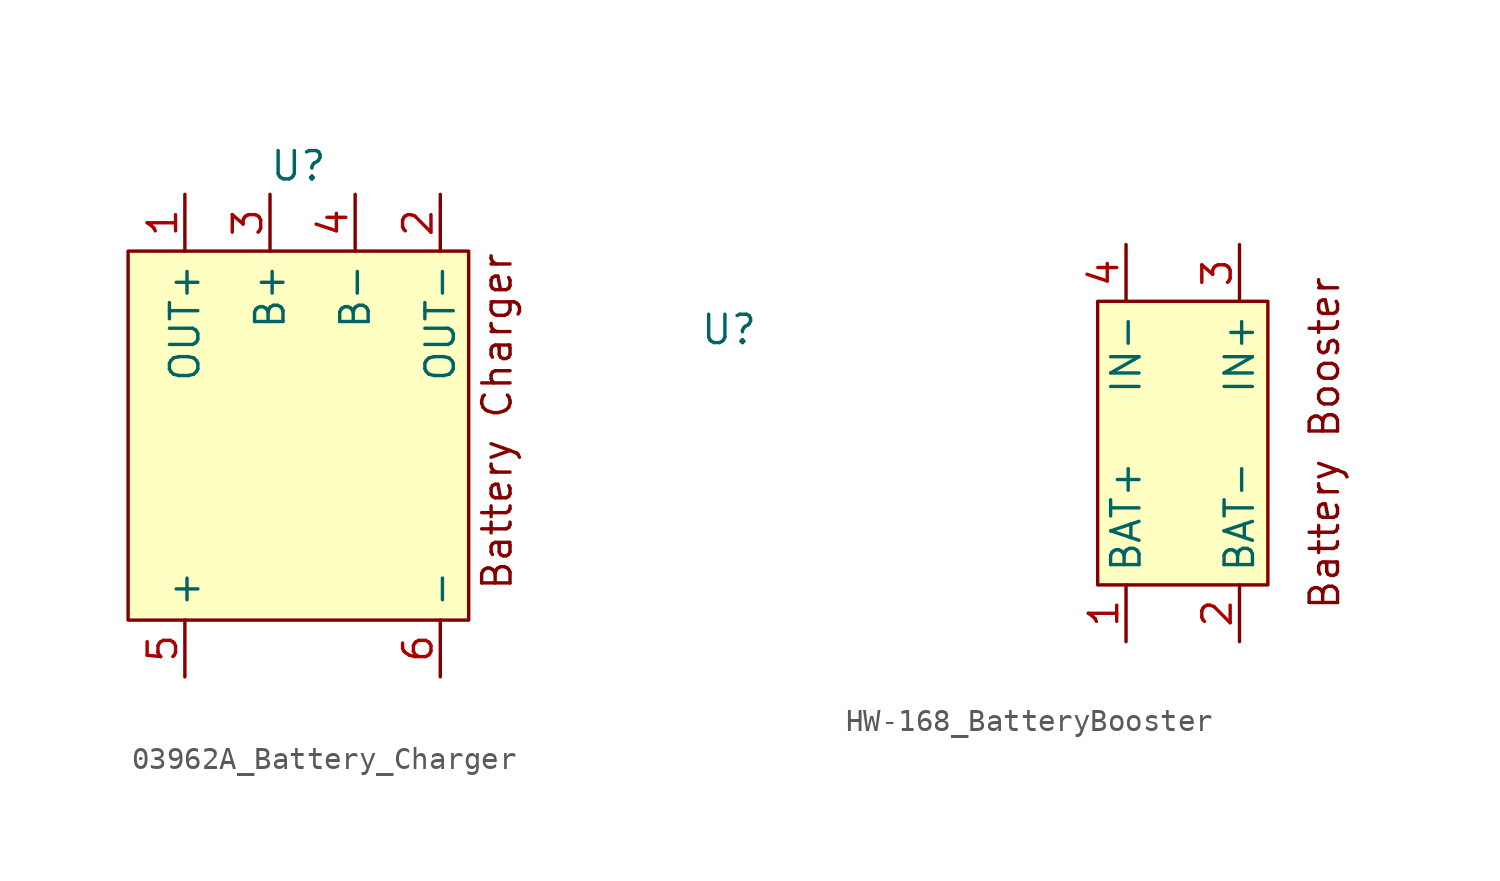
<source format=kicad_sym>
(kicad_symbol_lib
  (version 20220914)
  (generator kicad_symbol_editor)
  (symbol "03962A_Battery_Charger"
    (property "Reference" "U"
      (at 0 8.89 0)
      (effects (font (size 1.27 1.27))))
    (property "Value" ""
      (at 0 8.89 0)
      (effects (font (size 1.27 1.27))))
    (symbol "03962A_Battery_Charger_1_0"
      (pin output line (at 6.35 7.62 270) (length 2.54) (name "OUT-" (effects (font (size 1.27 1.27)))) (number "2" (effects (font (size 1.27 1.27)))))
      (pin output line (at -1.27 7.62 270) (length 2.54) (name "B+" (effects (font (size 1.27 1.27)))) (number "3" (effects (font (size 1.27 1.27)))))
      (pin output line (at 2.54 7.62 270) (length 2.54) (name "B-" (effects (font (size 1.27 1.27)))) (number "4" (effects (font (size 1.27 1.27)))))
      (pin input line (at -5.08 -13.97 90) (length 2.54) (name "+" (effects (font (size 1.27 1.27)))) (number "5" (effects (font (size 1.27 1.27)))))
      (pin input line (at 6.35 -13.97 90) (length 2.54) (name "-" (effects (font (size 1.27 1.27)))) (number "6" (effects (font (size 1.27 1.27))))))
    (symbol "03962A_Battery_Charger_1_1"
      (rectangle (start -7.62 5.08) (end 7.62 -11.43) (stroke (width 0) (type default)) (fill (type background)))
      (text "Battery Charger" (at 8.89 -2.54 900) (effects (font (size 1.27 1.27))))
      (pin output line (at -5.08 7.62 270) (length 2.54) (name "OUT+" (effects (font (size 1.27 1.27)))) (number "1" (effects (font (size 1.27 1.27)))))))
  (symbol "HW-168_BatteryBooster"
    (property "Reference" "U"
      (at -20.32 5.08 0)
      (effects (font (size 1.27 1.27))))
    (property "Value" ""
      (at -5.715 13.335 90)
      (effects (font (size 1.27 1.27))))
    (symbol "HW-168_BatteryBooster_0_0"
      (pin power_out line (at -2.54 -8.89 90) (length 2.54) (name "BAT+" (effects (font (size 1.27 1.27)))) (number "1" (effects (font (size 1.27 1.27)))))
      (pin power_out line (at 2.54 -8.89 90) (length 2.54) (name "BAT-" (effects (font (size 1.27 1.27)))) (number "2" (effects (font (size 1.27 1.27)))))
      (pin input line (at 2.54 8.89 270) (length 2.54) (name "IN+" (effects (font (size 1.27 1.27)))) (number "3" (effects (font (size 1.27 1.27)))))
      (pin input line (at -2.54 8.89 270) (length 2.54) (name "IN-" (effects (font (size 1.27 1.27)))) (number "4" (effects (font (size 1.27 1.27))))))
    (symbol "HW-168_BatteryBooster_1_1"
      (rectangle (start -3.81 6.35) (end 3.81 -6.35) (stroke (width 0) (type default)) (fill (type background)))
      (text "Battery Booster" (at 6.35 0 900) (effects (font (size 1.27 1.27)))))))
</source>
